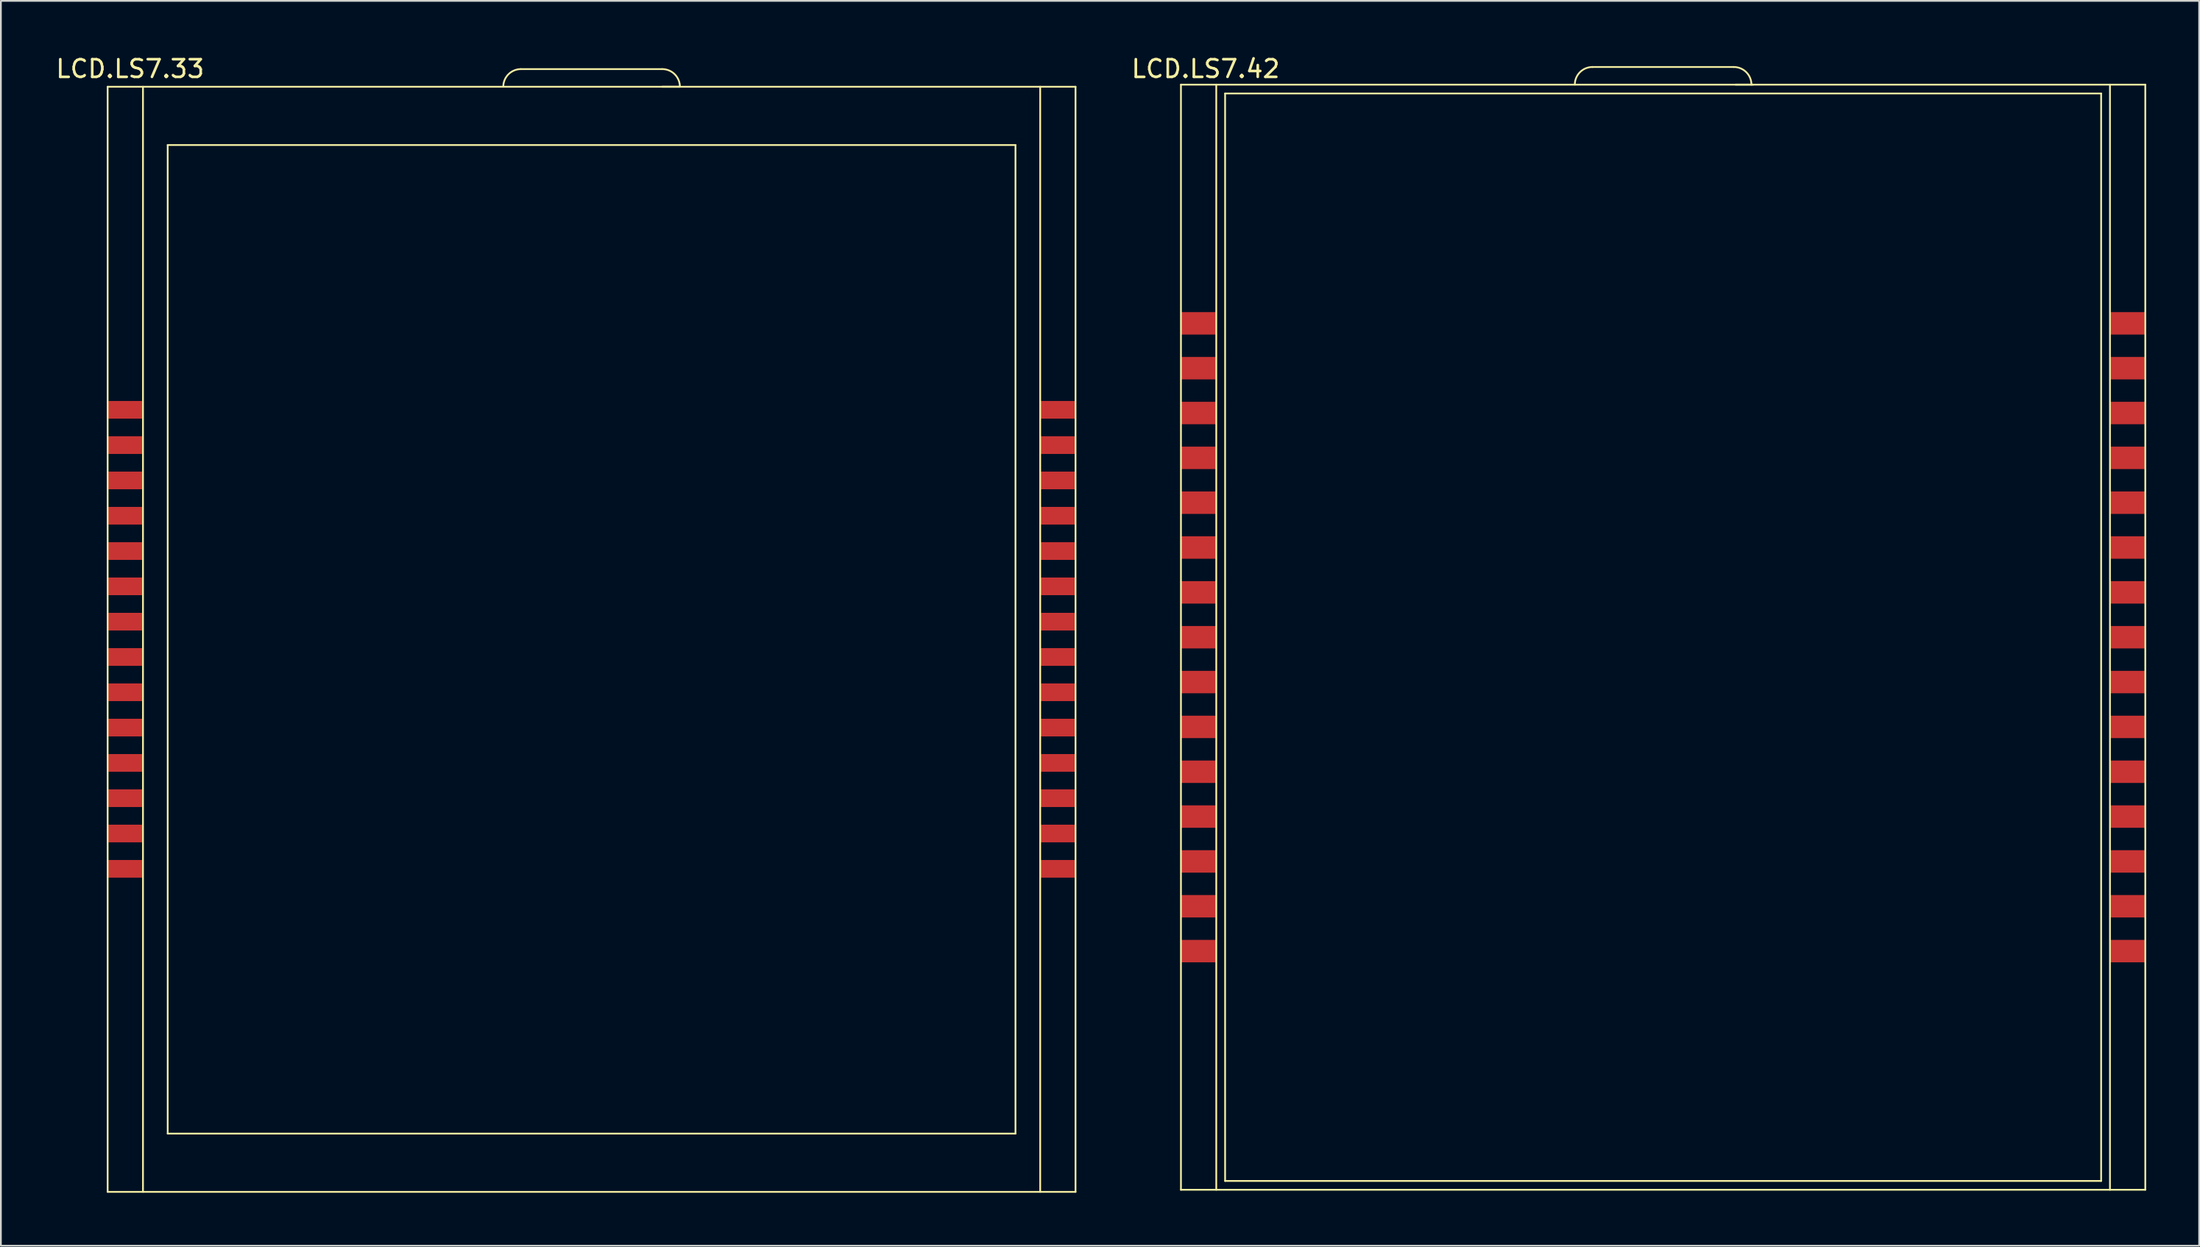
<source format=kicad_pcb>
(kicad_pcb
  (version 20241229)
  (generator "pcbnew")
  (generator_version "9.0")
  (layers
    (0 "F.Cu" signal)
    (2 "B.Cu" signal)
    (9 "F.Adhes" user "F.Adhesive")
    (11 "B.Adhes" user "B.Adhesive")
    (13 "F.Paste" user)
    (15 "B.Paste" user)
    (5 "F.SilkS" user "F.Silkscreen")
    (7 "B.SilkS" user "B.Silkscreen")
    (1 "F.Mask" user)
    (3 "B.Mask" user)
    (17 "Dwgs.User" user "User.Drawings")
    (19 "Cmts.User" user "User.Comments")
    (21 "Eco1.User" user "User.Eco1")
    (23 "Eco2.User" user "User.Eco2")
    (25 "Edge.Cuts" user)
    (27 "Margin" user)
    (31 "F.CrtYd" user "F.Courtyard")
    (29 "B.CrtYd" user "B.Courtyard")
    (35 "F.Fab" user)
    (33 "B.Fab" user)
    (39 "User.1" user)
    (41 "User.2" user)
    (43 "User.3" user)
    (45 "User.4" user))
  (footprint "LCD.LS7.33"
    (layer "F.Cu")
    (at 29.842 40.726)
    (property "Reference" "LCD.LS7.33" (at -25.527 -39.878 0) (layer "F.SilkS") (effects (font (size 1 1) (thickness 0.15))))
    (attr through_hole)
    (fp_line (start -26.797 -38.862) (end -26.797 23.738) (stroke (width 0.1) (type solid)) (layer "F.SilkS"))
    (fp_line (start -26.797 -38.862) (end 28.003 -38.862) (stroke (width 0.1) (type solid)) (layer "F.SilkS"))
    (fp_line (start -26.797 23.738) (end 28.003 23.738) (stroke (width 0.1) (type solid)) (layer "F.SilkS"))
    (fp_line (start -24.797 -38.862) (end -24.797 23.738) (stroke (width 0.1) (type solid)) (layer "F.SilkS"))
    (fp_line (start -23.397 -35.562) (end -23.397 20.438) (stroke (width 0.1) (type solid)) (layer "F.SilkS"))
    (fp_line (start -23.397 -35.562) (end 24.603 -35.562) (stroke (width 0.1) (type solid)) (layer "F.SilkS"))
    (fp_line (start -23.397 20.438) (end 24.603 20.438) (stroke (width 0.1) (type solid)) (layer "F.SilkS"))
    (fp_line (start -3.397 -39.862) (end 4.603 -39.862) (stroke (width 0.1) (type solid)) (layer "F.SilkS"))
    (fp_line (start 5.603 -38.862) (end 4.603 -38.862) (stroke (width 0.1) (type solid)) (layer "F.SilkS"))
    (fp_line (start 24.603 -35.562) (end 24.603 20.438) (stroke (width 0.1) (type solid)) (layer "F.SilkS"))
    (fp_line (start 26.003 -38.862) (end 26.003 23.738) (stroke (width 0.1) (type solid)) (layer "F.SilkS"))
    (fp_line (start 28.003 -38.862) (end 28.003 23.738) (stroke (width 0.1) (type solid)) (layer "F.SilkS"))
    (fp_arc (start -4.397 -38.862) (mid -4.104107 -39.569107) (end -3.397 -39.862) (stroke (width 0.1) (type solid)) (layer "F.SilkS"))
    (fp_arc (start 4.603 -39.862) (mid 5.310107 -39.569107) (end 5.603 -38.862) (stroke (width 0.1) (type solid)) (layer "F.SilkS"))
    (pad "1" smd rect (at 27.003 5.438) (size 2 1) (layers "F.Cu" "F.Mask" "F.Paste"))
    (pad "2" smd rect (at 27.003 3.438) (size 2 1) (layers "F.Cu" "F.Mask" "F.Paste"))
    (pad "3" smd rect (at 27.003 1.438) (size 2 1) (layers "F.Cu" "F.Mask" "F.Paste"))
    (pad "4" smd rect (at 27.003 -0.562) (size 2 1) (layers "F.Cu" "F.Mask" "F.Paste"))
    (pad "5" smd rect (at 27.003 -2.562) (size 2 1) (layers "F.Cu" "F.Mask" "F.Paste"))
    (pad "6" smd rect (at 27.003 -4.562) (size 2 1) (layers "F.Cu" "F.Mask" "F.Paste"))
    (pad "7" smd rect (at 27.003 -6.562) (size 2 1) (layers "F.Cu" "F.Mask" "F.Paste"))
    (pad "8" smd rect (at 27.003 -8.562) (size 2 1) (layers "F.Cu" "F.Mask" "F.Paste"))
    (pad "9" smd rect (at 27.003 -10.562) (size 2 1) (layers "F.Cu" "F.Mask" "F.Paste"))
    (pad "10" smd rect (at 27.003 -12.562) (size 2 1) (layers "F.Cu" "F.Mask" "F.Paste"))
    (pad "11" smd rect (at 27.003 -14.562) (size 2 1) (layers "F.Cu" "F.Mask" "F.Paste"))
    (pad "12" smd rect (at 27.003 -16.562) (size 2 1) (layers "F.Cu" "F.Mask" "F.Paste"))
    (pad "13" smd rect (at 27.003 -18.562) (size 2 1) (layers "F.Cu" "F.Mask" "F.Paste"))
    (pad "14" smd rect (at 27.003 -20.562) (size 2 1) (layers "F.Cu" "F.Mask" "F.Paste"))
    (pad "15" smd rect (at -25.797 -20.562) (size 2 1) (layers "F.Cu" "F.Mask" "F.Paste"))
    (pad "16" smd rect (at -25.797 -18.562) (size 2 1) (layers "F.Cu" "F.Mask" "F.Paste"))
    (pad "17" smd rect (at -25.797 -16.562) (size 2 1) (layers "F.Cu" "F.Mask" "F.Paste"))
    (pad "18" smd rect (at -25.797 -14.562) (size 2 1) (layers "F.Cu" "F.Mask" "F.Paste"))
    (pad "19" smd rect (at -25.797 -12.562) (size 2 1) (layers "F.Cu" "F.Mask" "F.Paste"))
    (pad "20" smd rect (at -25.797 -10.562) (size 2 1) (layers "F.Cu" "F.Mask" "F.Paste"))
    (pad "21" smd rect (at -25.797 -8.562) (size 2 1) (layers "F.Cu" "F.Mask" "F.Paste"))
    (pad "22" smd rect (at -25.797 -6.562) (size 2 1) (layers "F.Cu" "F.Mask" "F.Paste"))
    (pad "23" smd rect (at -25.797 -4.562) (size 2 1) (layers "F.Cu" "F.Mask" "F.Paste"))
    (pad "24" smd rect (at -25.797 -2.562) (size 2 1) (layers "F.Cu" "F.Mask" "F.Paste"))
    (pad "25" smd rect (at -25.797 -0.562) (size 2 1) (layers "F.Cu" "F.Mask" "F.Paste"))
    (pad "26" smd rect (at -25.797 1.438) (size 2 1) (layers "F.Cu" "F.Mask" "F.Paste"))
    (pad "27" smd rect (at -25.797 3.438) (size 2 1) (layers "F.Cu" "F.Mask" "F.Paste"))
    (pad "28" smd rect (at -25.797 5.438) (size 2 1) (layers "F.Cu" "F.Mask" "F.Paste")))
  (footprint "LCD.LS7.42"
    (layer "F.Cu")
    (at 90.484 38.321)
    (property "Reference" "LCD.LS7.42" (at -25.273 -37.473 0) (layer "F.SilkS") (effects (font (size 1 1) (thickness 0.15))))
    (attr through_hole)
    (fp_line (start -26.67 -36.576) (end -26.67 26.024) (stroke (width 0.1) (type solid)) (layer "F.SilkS"))
    (fp_line (start -26.67 -36.576) (end 27.93 -36.576) (stroke (width 0.1) (type solid)) (layer "F.SilkS"))
    (fp_line (start -26.67 26.024) (end 27.93 26.024) (stroke (width 0.1) (type solid)) (layer "F.SilkS"))
    (fp_line (start -24.67 -36.576) (end -24.67 26.024) (stroke (width 0.1) (type solid)) (layer "F.SilkS"))
    (fp_line (start -24.17 -36.076) (end -24.17 25.524) (stroke (width 0.1) (type solid)) (layer "F.SilkS"))
    (fp_line (start -24.17 -36.076) (end 25.43 -36.076) (stroke (width 0.1) (type solid)) (layer "F.SilkS"))
    (fp_line (start -24.17 25.524) (end 25.43 25.524) (stroke (width 0.1) (type solid)) (layer "F.SilkS"))
    (fp_line (start -3.37 -37.576) (end 4.63 -37.576) (stroke (width 0.1) (type solid)) (layer "F.SilkS"))
    (fp_line (start 5.73 -36.576) (end 4.73 -36.576) (stroke (width 0.1) (type solid)) (layer "F.SilkS"))
    (fp_line (start 25.43 -36.076) (end 25.43 25.524) (stroke (width 0.1) (type solid)) (layer "F.SilkS"))
    (fp_line (start 25.93 -36.576) (end 25.93 26.024) (stroke (width 0.1) (type solid)) (layer "F.SilkS"))
    (fp_line (start 27.93 -36.576) (end 27.93 26.024) (stroke (width 0.1) (type solid)) (layer "F.SilkS"))
    (fp_arc (start -4.37 -36.576) (mid -4.077107 -37.283107) (end -3.37 -37.576) (stroke (width 0.1) (type solid)) (layer "F.SilkS"))
    (fp_arc (start 4.63 -37.576) (mid 5.337107 -37.283107) (end 5.63 -36.576) (stroke (width 0.1) (type solid)) (layer "F.SilkS"))
    (pad "1" smd rect (at -25.67 -23.056) (size 2 1.27) (layers "F.Cu" "F.Mask" "F.Paste"))
    (pad "2" smd rect (at -25.67 -20.516) (size 2 1.27) (layers "F.Cu" "F.Mask" "F.Paste"))
    (pad "3" smd rect (at -25.67 -17.976) (size 2 1.27) (layers "F.Cu" "F.Mask" "F.Paste"))
    (pad "4" smd rect (at -25.67 -15.436) (size 2 1.27) (layers "F.Cu" "F.Mask" "F.Paste"))
    (pad "5" smd rect (at -25.67 -12.896) (size 2 1.27) (layers "F.Cu" "F.Mask" "F.Paste"))
    (pad "6" smd rect (at -25.67 -10.356) (size 2 1.27) (layers "F.Cu" "F.Mask" "F.Paste"))
    (pad "7" smd rect (at -25.67 -7.816) (size 2 1.27) (layers "F.Cu" "F.Mask" "F.Paste"))
    (pad "8" smd rect (at -25.67 -5.276) (size 2 1.27) (layers "F.Cu" "F.Mask" "F.Paste"))
    (pad "9" smd rect (at -25.67 -2.736) (size 2 1.27) (layers "F.Cu" "F.Mask" "F.Paste"))
    (pad "10" smd rect (at -25.67 -0.196) (size 2 1.27) (layers "F.Cu" "F.Mask" "F.Paste"))
    (pad "11" smd rect (at -25.67 2.344) (size 2 1.27) (layers "F.Cu" "F.Mask" "F.Paste"))
    (pad "12" smd rect (at -25.67 4.884) (size 2 1.27) (layers "F.Cu" "F.Mask" "F.Paste"))
    (pad "13" smd rect (at -25.67 7.424) (size 2 1.27) (layers "F.Cu" "F.Mask" "F.Paste"))
    (pad "14" smd rect (at -25.67 9.964) (size 2 1.27) (layers "F.Cu" "F.Mask" "F.Paste"))
    (pad "15" smd rect (at -25.67 12.504) (size 2 1.27) (layers "F.Cu" "F.Mask" "F.Paste"))
    (pad "16" smd rect (at 26.93 12.504) (size 2 1.27) (layers "F.Cu" "F.Mask" "F.Paste"))
    (pad "17" smd rect (at 26.93 9.964) (size 2 1.27) (layers "F.Cu" "F.Mask" "F.Paste"))
    (pad "18" smd rect (at 26.93 7.424) (size 2 1.27) (layers "F.Cu" "F.Mask" "F.Paste"))
    (pad "19" smd rect (at 26.93 4.884) (size 2 1.27) (layers "F.Cu" "F.Mask" "F.Paste"))
    (pad "20" smd rect (at 26.93 2.344) (size 2 1.27) (layers "F.Cu" "F.Mask" "F.Paste"))
    (pad "21" smd rect (at 26.93 -0.196) (size 2 1.27) (layers "F.Cu" "F.Mask" "F.Paste"))
    (pad "22" smd rect (at 26.93 -2.736) (size 2 1.27) (layers "F.Cu" "F.Mask" "F.Paste"))
    (pad "23" smd rect (at 26.93 -5.276) (size 2 1.27) (layers "F.Cu" "F.Mask" "F.Paste"))
    (pad "24" smd rect (at 26.93 -7.816) (size 2 1.27) (layers "F.Cu" "F.Mask" "F.Paste"))
    (pad "25" smd rect (at 26.93 -10.356) (size 2 1.27) (layers "F.Cu" "F.Mask" "F.Paste"))
    (pad "26" smd rect (at 26.93 -12.896) (size 2 1.27) (layers "F.Cu" "F.Mask" "F.Paste"))
    (pad "27" smd rect (at 26.93 -15.436) (size 2 1.27) (layers "F.Cu" "F.Mask" "F.Paste"))
    (pad "28" smd rect (at 26.93 -17.976) (size 2 1.27) (layers "F.Cu" "F.Mask" "F.Paste"))
    (pad "29" smd rect (at 26.93 -20.516) (size 2 1.27) (layers "F.Cu" "F.Mask" "F.Paste"))
    (pad "30" smd rect (at 26.93 -23.056) (size 2 1.27) (layers "F.Cu" "F.Mask" "F.Paste")))
  (gr_rect
    (start -3 -3)
    (end 121.464 67.514)
    (stroke (width 0.1) (type default))
    (fill no)
    (layer "Edge.Cuts")))
</source>
